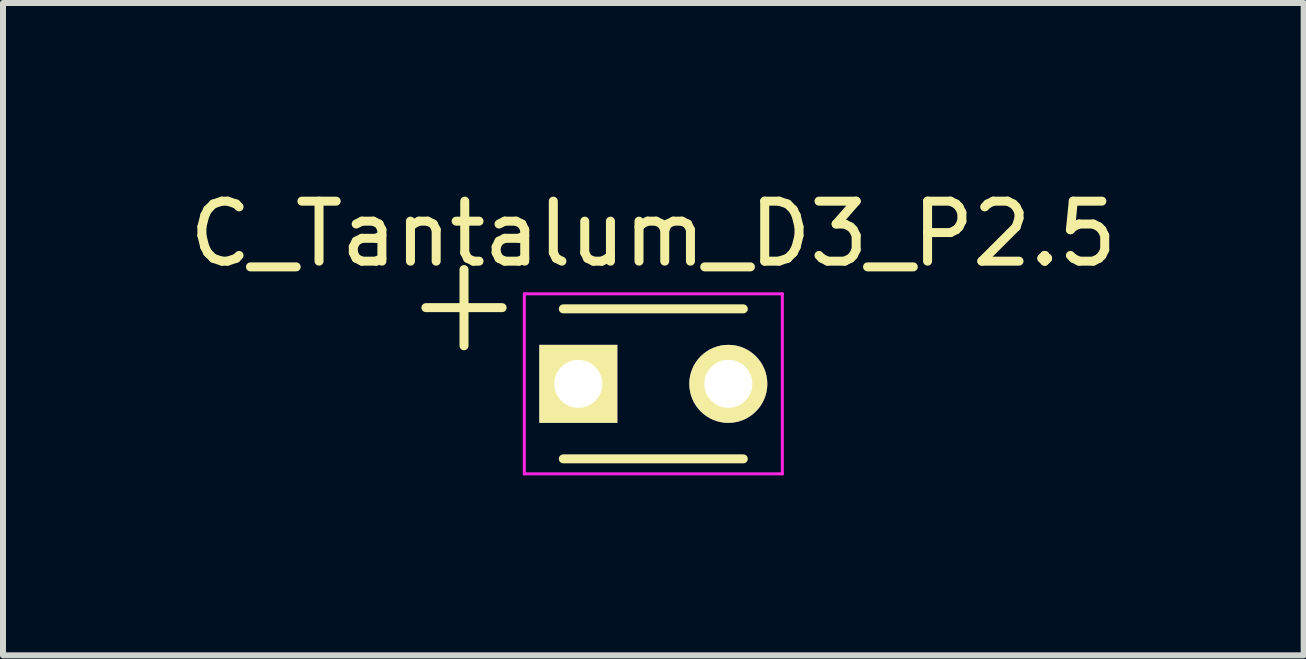
<source format=kicad_pcb>
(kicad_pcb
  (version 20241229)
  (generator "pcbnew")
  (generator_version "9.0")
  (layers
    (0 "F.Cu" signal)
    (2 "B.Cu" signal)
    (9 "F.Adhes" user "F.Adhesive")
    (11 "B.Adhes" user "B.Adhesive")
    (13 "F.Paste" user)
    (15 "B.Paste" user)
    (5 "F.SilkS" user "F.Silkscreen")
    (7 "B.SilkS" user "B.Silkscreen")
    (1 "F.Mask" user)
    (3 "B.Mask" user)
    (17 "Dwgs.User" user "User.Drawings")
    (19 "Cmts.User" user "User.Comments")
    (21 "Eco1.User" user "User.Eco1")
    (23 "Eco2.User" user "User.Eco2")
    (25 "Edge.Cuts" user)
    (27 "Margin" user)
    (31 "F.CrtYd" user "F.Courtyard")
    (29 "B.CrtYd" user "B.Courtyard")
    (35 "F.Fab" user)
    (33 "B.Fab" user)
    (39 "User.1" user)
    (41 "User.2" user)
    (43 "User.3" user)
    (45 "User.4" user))
  (footprint "C_Tantalum_D3_P2.5"
    (layer "F.Cu")
    (at 6.589 3.348)
    (property "Reference" "C_Tantalum_D3_P2.5" (at 1.25 -2.5 0) (layer "F.SilkS") (effects (font (size 1 1) (thickness 0.15))))
    (attr through_hole)
    (fp_line (start -1.905 -1.905) (end -1.905 -0.635) (stroke (width 0.15) (type solid)) (layer "F.SilkS"))
    (fp_line (start -1.27 -1.27) (end -2.54 -1.27) (stroke (width 0.15) (type solid)) (layer "F.SilkS"))
    (fp_line (start -0.25 -1.25) (end 2.75 -1.25) (stroke (width 0.15) (type solid)) (layer "F.SilkS"))
    (fp_line (start 2.75 1.25) (end -0.25 1.25) (stroke (width 0.15) (type solid)) (layer "F.SilkS"))
    (fp_line (start -0.9 -1.5) (end 3.4 -1.5) (stroke (width 0.05) (type solid)) (layer "F.CrtYd"))
    (fp_line (start -0.9 1.5) (end -0.9 -1.5) (stroke (width 0.05) (type solid)) (layer "F.CrtYd"))
    (fp_line (start 3.4 -1.5) (end 3.4 1.5) (stroke (width 0.05) (type solid)) (layer "F.CrtYd"))
    (fp_line (start 3.4 1.5) (end -0.9 1.5) (stroke (width 0.05) (type solid)) (layer "F.CrtYd"))
    (pad "1" thru_hole rect (at 0 0) (size 1.3 1.3) (drill 0.8) (layers "*.Cu" "*.Mask" "F.SilkS"))
    (pad "2" thru_hole circle (at 2.5 0) (size 1.3 1.3) (drill 0.8) (layers "*.Cu" "*.Mask" "F.SilkS")))
  (gr_rect
    (start -3 -3)
    (end 18.679 7.873)
    (stroke (width 0.1) (type default))
    (fill no)
    (layer "Edge.Cuts")))
</source>
